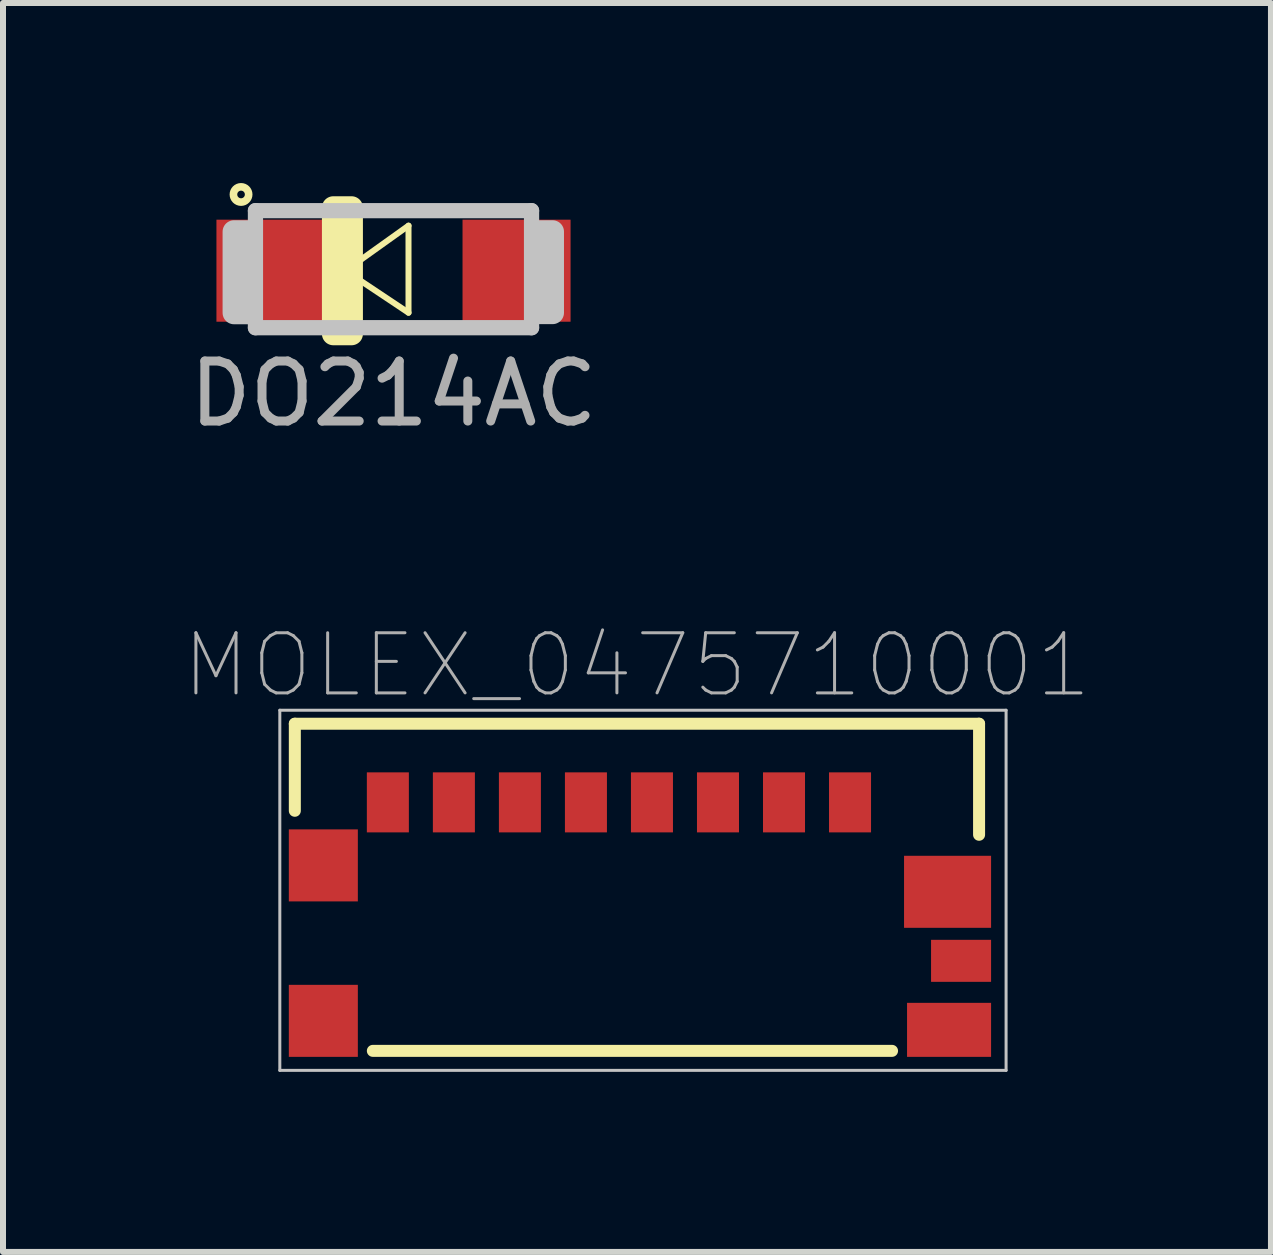
<source format=kicad_pcb>
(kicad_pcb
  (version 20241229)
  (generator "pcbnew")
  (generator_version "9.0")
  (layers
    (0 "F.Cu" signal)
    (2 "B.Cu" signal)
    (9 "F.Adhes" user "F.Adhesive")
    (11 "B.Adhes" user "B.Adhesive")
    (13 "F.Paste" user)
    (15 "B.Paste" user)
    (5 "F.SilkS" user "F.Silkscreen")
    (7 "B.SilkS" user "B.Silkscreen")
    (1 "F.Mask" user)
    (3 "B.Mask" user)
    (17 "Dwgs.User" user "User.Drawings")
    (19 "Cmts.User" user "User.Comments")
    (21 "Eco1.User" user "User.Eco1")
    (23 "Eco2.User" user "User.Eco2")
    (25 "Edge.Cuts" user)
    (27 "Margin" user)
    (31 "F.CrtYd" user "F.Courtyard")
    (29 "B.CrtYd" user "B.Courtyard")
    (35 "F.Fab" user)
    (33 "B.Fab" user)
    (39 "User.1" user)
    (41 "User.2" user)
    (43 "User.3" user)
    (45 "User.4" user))
  (footprint "MOLEX_0475710001"
    (layer "F.Cu")
    (at 7.562 11.733)
    (property "Reference" "MOLEX_0475710001" (at 0 -3.7 0) (layer "F.Fab") (effects (font (size 1.002 1.002) (thickness 0.05))))
    (attr smd)
    (fp_line (start -5.7 -2.725) (end 5.7 -2.725) (stroke (width 0.2) (type solid)) (layer "F.SilkS"))
    (fp_line (start -5.7 -1.275) (end -5.7 -2.725) (stroke (width 0.2) (type solid)) (layer "F.SilkS"))
    (fp_line (start -4.4 2.725) (end 4.25 2.725) (stroke (width 0.2) (type solid)) (layer "F.SilkS"))
    (fp_line (start 5.7 -2.725) (end 5.7 -0.875) (stroke (width 0.2) (type solid)) (layer "F.SilkS"))
    (fp_line (start -5.95 -2.95) (end 6.15 -2.95) (stroke (width 0.05) (type solid)) (layer "Dwgs.User"))
    (fp_line (start -5.95 3.05) (end -5.95 -2.95) (stroke (width 0.05) (type solid)) (layer "Dwgs.User"))
    (fp_line (start 6.15 -2.95) (end 6.15 3.05) (stroke (width 0.05) (type solid)) (layer "Dwgs.User"))
    (fp_line (start 6.15 3.05) (end -5.95 3.05) (stroke (width 0.05) (type solid)) (layer "Dwgs.User"))
    (pad "1" smd rect (at 3.55 -1.415 180) (size 0.7 1) (layers "F.Cu" "F.Mask" "F.Paste"))
    (pad "2" smd rect (at 2.45 -1.415 180) (size 0.7 1) (layers "F.Cu" "F.Mask" "F.Paste"))
    (pad "3" smd rect (at 1.35 -1.415 180) (size 0.7 1) (layers "F.Cu" "F.Mask" "F.Paste"))
    (pad "4" smd rect (at 0.25 -1.415 180) (size 0.7 1) (layers "F.Cu" "F.Mask" "F.Paste"))
    (pad "5" smd rect (at -0.85 -1.415 180) (size 0.7 1) (layers "F.Cu" "F.Mask" "F.Paste"))
    (pad "6" smd rect (at -1.95 -1.415 180) (size 0.7 1) (layers "F.Cu" "F.Mask" "F.Paste"))
    (pad "7" smd rect (at -3.05 -1.415 180) (size 0.7 1) (layers "F.Cu" "F.Mask" "F.Paste"))
    (pad "8" smd rect (at -4.15 -1.415 180) (size 0.7 1) (layers "F.Cu" "F.Mask" "F.Paste"))
    (pad "9" smd rect (at -5.225 -0.365) (size 1.15 1.2) (layers "F.Cu" "F.Mask" "F.Paste"))
    (pad "10" smd rect (at -5.225 2.225) (size 1.15 1.2) (layers "F.Cu" "F.Mask" "F.Paste"))
    (pad "11" smd rect (at 5.2 2.375) (size 1.4 0.9) (layers "F.Cu" "F.Mask" "F.Paste"))
    (pad "12" smd rect (at 5.4 1.225 270) (size 0.7 1) (layers "F.Cu" "F.Mask" "F.Paste"))
    (pad "13" smd rect (at 5.175 0.075) (size 1.45 1.2) (layers "F.Cu" "F.Mask" "F.Paste")))
  (footprint "DO214AC"
    (layer "F.Cu")
    (at 3.506 1.46)
    (property "Reference" "DO214AC" (at 0 2.05 0) (layer "F.Fab") (effects (font (size 1 1) (thickness 0.15))))
    (attr smd)
    (fp_line (start -0.8 0) (end 0.25 -0.75) (stroke (width 0.1) (type solid)) (layer "F.SilkS"))
    (fp_line (start 0.25 -0.75) (end 0.25 0.7) (stroke (width 0.1) (type solid)) (layer "F.SilkS"))
    (fp_line (start 0.25 0.7) (end -0.8 0) (stroke (width 0.1) (type solid)) (layer "F.SilkS"))
    (fp_circle (center -2.54 -1.27) (end -2.413 -1.27) (stroke (width 0.127) (type solid)) (fill no) (layer "F.SilkS"))
    (fp_poly (pts (xy -1.002 -1.05) (xy -0.7 -1.05) (xy -0.7 1.052) (xy -1.002 1.052)) (stroke (width 0.381) (type solid)) (fill yes) (layer "F.SilkS"))
    (fp_line (start -2.3 -1) (end 2.3 -1) (stroke (width 0.254) (type solid)) (layer "Dwgs.User"))
    (fp_line (start -2.3 0.95) (end -2.3 -1) (stroke (width 0.254) (type solid)) (layer "Dwgs.User"))
    (fp_line (start 2.3 -1) (end 2.3 0.95) (stroke (width 0.254) (type solid)) (layer "Dwgs.User"))
    (fp_line (start 2.3 0.95) (end -2.3 0.95) (stroke (width 0.254) (type solid)) (layer "Dwgs.User"))
    (fp_poly (pts (xy -2.657 -0.65) (xy -2.4 -0.65) (xy -2.4 0.702) (xy -2.657 0.702)) (stroke (width 0.381) (type solid)) (fill no) (layer "Dwgs.User"))
    (fp_poly (pts (xy 2.401 -0.65) (xy 2.65 -0.65) (xy 2.65 0.7) (xy 2.401 0.7)) (stroke (width 0.381) (type solid)) (fill no) (layer "Dwgs.User"))
    (pad "1" smd rect (at -2.05 0) (size 1.8 1.7) (layers "F.Cu" "F.Mask" "F.Paste"))
    (pad "2" smd rect (at 2.05 0) (size 1.8 1.7) (layers "F.Cu" "F.Mask" "F.Paste")))
  (gr_rect
    (start -3 -3)
    (end 18.125 17.808)
    (stroke (width 0.1) (type default))
    (fill no)
    (layer "Edge.Cuts")))
</source>
